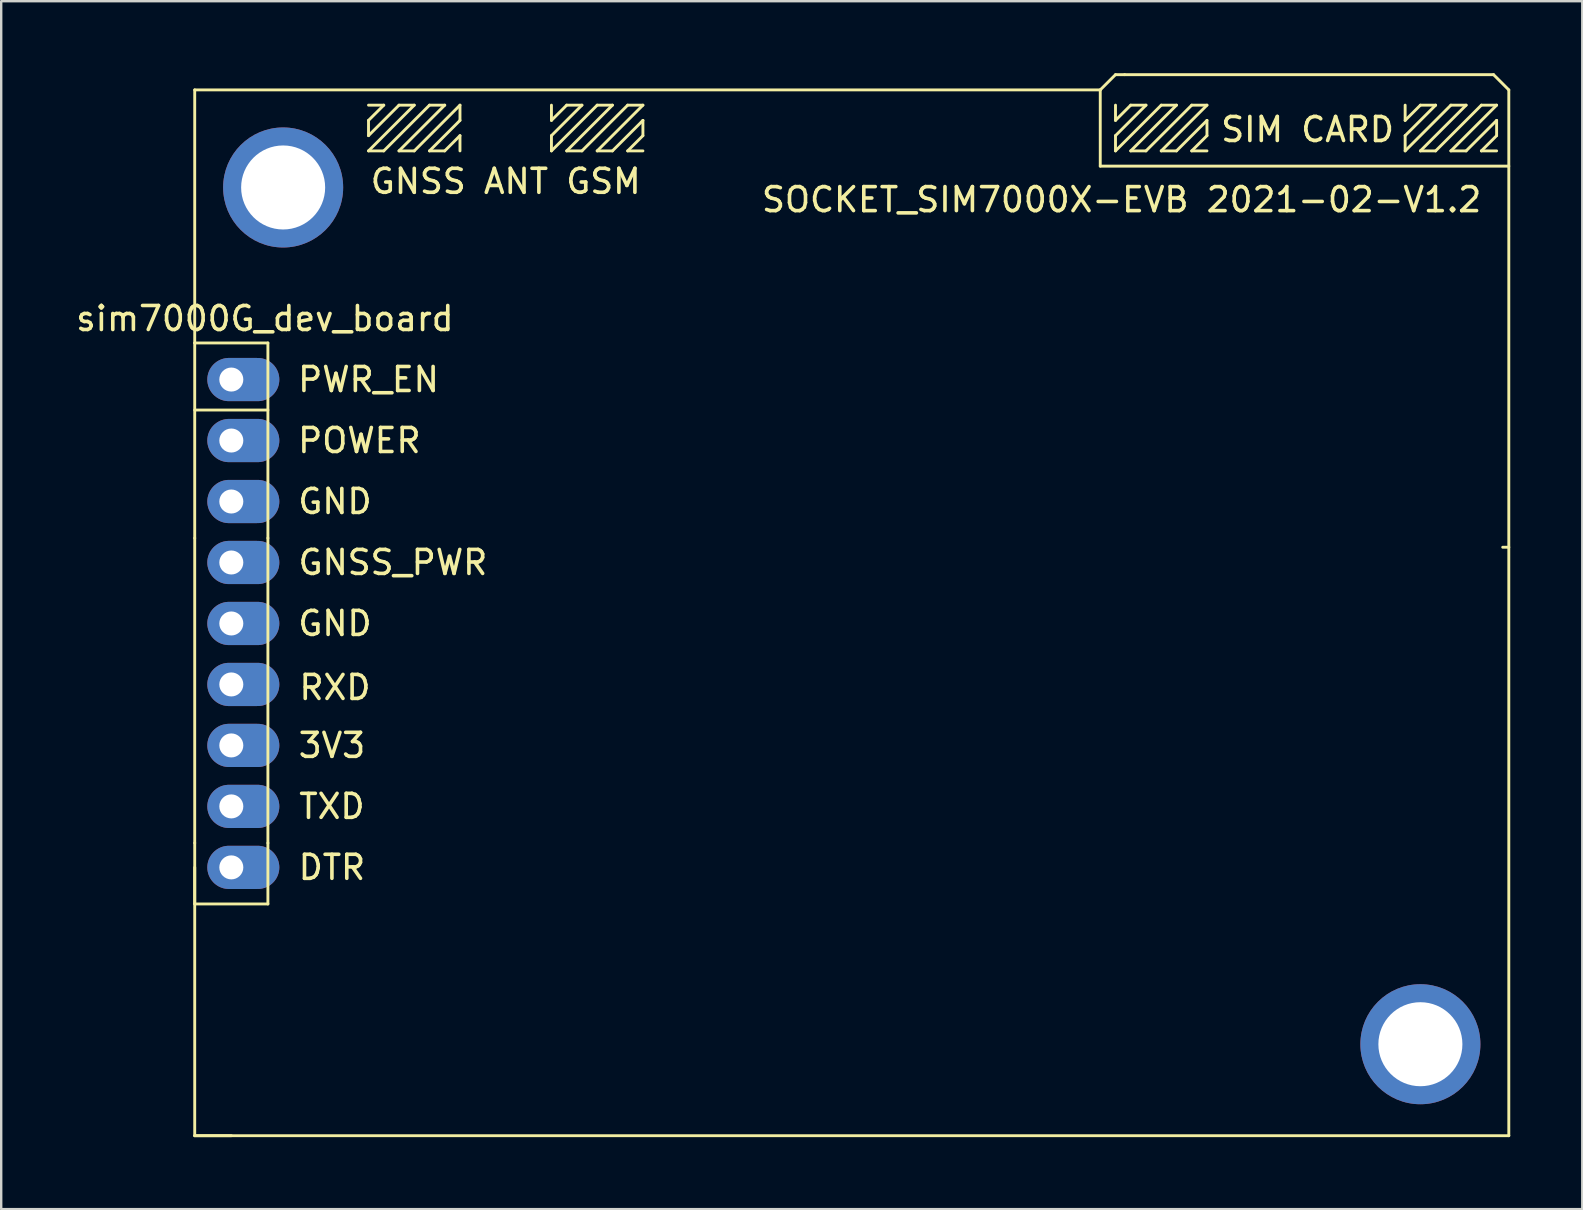
<source format=kicad_pcb>
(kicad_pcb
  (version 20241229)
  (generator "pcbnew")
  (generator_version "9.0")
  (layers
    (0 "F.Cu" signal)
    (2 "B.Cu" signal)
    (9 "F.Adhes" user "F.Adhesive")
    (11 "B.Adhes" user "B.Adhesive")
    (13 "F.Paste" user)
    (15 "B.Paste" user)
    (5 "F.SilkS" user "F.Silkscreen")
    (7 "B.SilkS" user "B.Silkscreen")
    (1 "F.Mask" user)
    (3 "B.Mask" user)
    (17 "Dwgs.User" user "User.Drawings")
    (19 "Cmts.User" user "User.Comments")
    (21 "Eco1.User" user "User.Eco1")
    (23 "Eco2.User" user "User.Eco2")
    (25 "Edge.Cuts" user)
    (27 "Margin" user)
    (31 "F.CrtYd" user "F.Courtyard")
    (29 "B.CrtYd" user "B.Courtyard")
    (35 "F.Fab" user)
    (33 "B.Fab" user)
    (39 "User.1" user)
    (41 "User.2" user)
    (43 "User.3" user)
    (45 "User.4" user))
  (footprint "sim7000G_dev_board"
    (layer "F.Cu")
    (at 6.585 12.76)
    (property "Reference" "sim7000G_dev_board" (at 1.397 -2.54 0) (layer "F.SilkS") (effects (font (size 1 1) (thickness 0.15))))
    (attr through_hole)
    (fp_line (start -1.524 -12.065) (end 36.195 -12.065) (stroke (width 0.12) (type solid)) (layer "F.SilkS"))
    (fp_line (start -1.524 -1.524) (end -1.524 -12.065) (stroke (width 0.12) (type solid)) (layer "F.SilkS"))
    (fp_line (start -1.524 -1.524) (end -1.524 6.604) (stroke (width 0.12) (type solid)) (layer "F.SilkS"))
    (fp_line (start -1.524 1.27) (end 1.524 1.27) (stroke (width 0.12) (type solid)) (layer "F.SilkS"))
    (fp_line (start -1.524 19.304) (end -1.524 6.604) (stroke (width 0.12) (type solid)) (layer "F.SilkS"))
    (fp_line (start -1.524 20.32) (end -1.524 31.496) (stroke (width 0.12) (type solid)) (layer "F.SilkS"))
    (fp_line (start -1.524 21.844) (end -1.524 19.304) (stroke (width 0.12) (type solid)) (layer "F.SilkS"))
    (fp_line (start -1.524 21.844) (end 1.524 21.844) (stroke (width 0.12) (type solid)) (layer "F.SilkS"))
    (fp_line (start -1.524 31.496) (end 0 31.496) (stroke (width 0.12) (type solid)) (layer "F.SilkS"))
    (fp_line (start -1.524 31.496) (end 53.213 31.496) (stroke (width 0.12) (type solid)) (layer "F.SilkS"))
    (fp_line (start 1.524 -1.524) (end -1.524 -1.524) (stroke (width 0.12) (type solid)) (layer "F.SilkS"))
    (fp_line (start 1.524 6.604) (end 1.524 -1.524) (stroke (width 0.12) (type solid)) (layer "F.SilkS"))
    (fp_line (start 1.524 19.304) (end 1.524 6.604) (stroke (width 0.12) (type solid)) (layer "F.SilkS"))
    (fp_line (start 1.524 21.844) (end 1.524 19.304) (stroke (width 0.12) (type solid)) (layer "F.SilkS"))
    (fp_line (start 5.715 -10.795) (end 6.35 -11.43) (stroke (width 0.12) (type solid)) (layer "F.SilkS"))
    (fp_line (start 5.715 -10.16) (end 5.715 -10.795) (stroke (width 0.12) (type solid)) (layer "F.SilkS"))
    (fp_line (start 5.715 -9.525) (end 7.62 -11.43) (stroke (width 0.12) (type solid)) (layer "F.SilkS"))
    (fp_line (start 6.35 -11.43) (end 5.715 -11.43) (stroke (width 0.12) (type solid)) (layer "F.SilkS"))
    (fp_line (start 6.35 -9.525) (end 5.715 -9.525) (stroke (width 0.12) (type solid)) (layer "F.SilkS"))
    (fp_line (start 6.985 -11.43) (end 5.715 -10.16) (stroke (width 0.12) (type solid)) (layer "F.SilkS"))
    (fp_line (start 6.985 -9.525) (end 8.89 -11.43) (stroke (width 0.12) (type solid)) (layer "F.SilkS"))
    (fp_line (start 7.62 -11.43) (end 6.985 -11.43) (stroke (width 0.12) (type solid)) (layer "F.SilkS"))
    (fp_line (start 7.62 -9.525) (end 6.985 -9.525) (stroke (width 0.12) (type solid)) (layer "F.SilkS"))
    (fp_line (start 8.255 -11.43) (end 6.35 -9.525) (stroke (width 0.12) (type solid)) (layer "F.SilkS"))
    (fp_line (start 8.255 -9.525) (end 8.89 -9.525) (stroke (width 0.12) (type solid)) (layer "F.SilkS"))
    (fp_line (start 8.89 -11.43) (end 8.255 -11.43) (stroke (width 0.12) (type solid)) (layer "F.SilkS"))
    (fp_line (start 8.89 -9.525) (end 9.525 -10.16) (stroke (width 0.12) (type solid)) (layer "F.SilkS"))
    (fp_line (start 9.525 -11.43) (end 7.62 -9.525) (stroke (width 0.12) (type solid)) (layer "F.SilkS"))
    (fp_line (start 9.525 -11.43) (end 9.525 -10.795) (stroke (width 0.12) (type solid)) (layer "F.SilkS"))
    (fp_line (start 9.525 -10.795) (end 8.255 -9.525) (stroke (width 0.12) (type solid)) (layer "F.SilkS"))
    (fp_line (start 9.525 -10.16) (end 9.525 -9.525) (stroke (width 0.12) (type solid)) (layer "F.SilkS"))
    (fp_line (start 13.335 -10.795) (end 13.335 -11.43) (stroke (width 0.12) (type solid)) (layer "F.SilkS"))
    (fp_line (start 13.335 -10.16) (end 14.605 -11.43) (stroke (width 0.12) (type solid)) (layer "F.SilkS"))
    (fp_line (start 13.335 -9.525) (end 13.335 -10.16) (stroke (width 0.12) (type solid)) (layer "F.SilkS"))
    (fp_line (start 13.335 -9.525) (end 15.24 -11.43) (stroke (width 0.12) (type solid)) (layer "F.SilkS"))
    (fp_line (start 13.97 -11.43) (end 13.335 -10.795) (stroke (width 0.12) (type solid)) (layer "F.SilkS"))
    (fp_line (start 13.97 -9.525) (end 14.605 -9.525) (stroke (width 0.12) (type solid)) (layer "F.SilkS"))
    (fp_line (start 14.605 -11.43) (end 13.97 -11.43) (stroke (width 0.12) (type solid)) (layer "F.SilkS"))
    (fp_line (start 14.605 -9.525) (end 16.51 -11.43) (stroke (width 0.12) (type solid)) (layer "F.SilkS"))
    (fp_line (start 15.24 -11.43) (end 15.875 -11.43) (stroke (width 0.12) (type solid)) (layer "F.SilkS"))
    (fp_line (start 15.24 -9.525) (end 15.875 -9.525) (stroke (width 0.12) (type solid)) (layer "F.SilkS"))
    (fp_line (start 15.875 -11.43) (end 13.97 -9.525) (stroke (width 0.12) (type solid)) (layer "F.SilkS"))
    (fp_line (start 15.875 -9.525) (end 17.145 -10.795) (stroke (width 0.12) (type solid)) (layer "F.SilkS"))
    (fp_line (start 16.51 -11.43) (end 17.145 -11.43) (stroke (width 0.12) (type solid)) (layer "F.SilkS"))
    (fp_line (start 16.51 -9.525) (end 17.145 -9.525) (stroke (width 0.12) (type solid)) (layer "F.SilkS"))
    (fp_line (start 17.145 -11.43) (end 15.24 -9.525) (stroke (width 0.12) (type solid)) (layer "F.SilkS"))
    (fp_line (start 17.145 -10.795) (end 17.145 -10.16) (stroke (width 0.12) (type solid)) (layer "F.SilkS"))
    (fp_line (start 17.145 -10.16) (end 16.51 -9.525) (stroke (width 0.12) (type solid)) (layer "F.SilkS"))
    (fp_line (start 36.195 -12.065) (end 36.83 -12.7) (stroke (width 0.12) (type solid)) (layer "F.SilkS"))
    (fp_line (start 36.195 -8.89) (end 36.195 -12.065) (stroke (width 0.12) (type solid)) (layer "F.SilkS"))
    (fp_line (start 36.195 -8.89) (end 53.213 -8.89) (stroke (width 0.12) (type solid)) (layer "F.SilkS"))
    (fp_line (start 36.83 -12.7) (end 37.211 -12.7) (stroke (width 0.12) (type solid)) (layer "F.SilkS"))
    (fp_line (start 36.83 -10.795) (end 36.83 -11.43) (stroke (width 0.12) (type solid)) (layer "F.SilkS"))
    (fp_line (start 36.83 -10.16) (end 38.1 -11.43) (stroke (width 0.12) (type solid)) (layer "F.SilkS"))
    (fp_line (start 36.83 -9.525) (end 36.83 -10.16) (stroke (width 0.12) (type solid)) (layer "F.SilkS"))
    (fp_line (start 36.83 -9.525) (end 38.735 -11.43) (stroke (width 0.12) (type solid)) (layer "F.SilkS"))
    (fp_line (start 37.465 -11.43) (end 36.83 -10.795) (stroke (width 0.12) (type solid)) (layer "F.SilkS"))
    (fp_line (start 37.465 -9.525) (end 38.1 -9.525) (stroke (width 0.12) (type solid)) (layer "F.SilkS"))
    (fp_line (start 38.1 -11.43) (end 37.465 -11.43) (stroke (width 0.12) (type solid)) (layer "F.SilkS"))
    (fp_line (start 38.1 -9.525) (end 40.005 -11.43) (stroke (width 0.12) (type solid)) (layer "F.SilkS"))
    (fp_line (start 38.735 -11.43) (end 39.37 -11.43) (stroke (width 0.12) (type solid)) (layer "F.SilkS"))
    (fp_line (start 38.735 -9.525) (end 39.37 -9.525) (stroke (width 0.12) (type solid)) (layer "F.SilkS"))
    (fp_line (start 39.37 -11.43) (end 37.465 -9.525) (stroke (width 0.12) (type solid)) (layer "F.SilkS"))
    (fp_line (start 39.37 -9.525) (end 40.64 -10.795) (stroke (width 0.12) (type solid)) (layer "F.SilkS"))
    (fp_line (start 40.005 -11.43) (end 40.64 -11.43) (stroke (width 0.12) (type solid)) (layer "F.SilkS"))
    (fp_line (start 40.005 -9.525) (end 40.64 -9.525) (stroke (width 0.12) (type solid)) (layer "F.SilkS"))
    (fp_line (start 40.64 -11.43) (end 38.735 -9.525) (stroke (width 0.12) (type solid)) (layer "F.SilkS"))
    (fp_line (start 40.64 -10.795) (end 40.64 -10.16) (stroke (width 0.12) (type solid)) (layer "F.SilkS"))
    (fp_line (start 40.64 -10.16) (end 40.005 -9.525) (stroke (width 0.12) (type solid)) (layer "F.SilkS"))
    (fp_line (start 48.895 -10.795) (end 48.895 -11.43) (stroke (width 0.12) (type solid)) (layer "F.SilkS"))
    (fp_line (start 48.895 -10.16) (end 50.165 -11.43) (stroke (width 0.12) (type solid)) (layer "F.SilkS"))
    (fp_line (start 48.895 -9.525) (end 48.895 -10.16) (stroke (width 0.12) (type solid)) (layer "F.SilkS"))
    (fp_line (start 48.895 -9.525) (end 50.8 -11.43) (stroke (width 0.12) (type solid)) (layer "F.SilkS"))
    (fp_line (start 49.53 -11.43) (end 48.895 -10.795) (stroke (width 0.12) (type solid)) (layer "F.SilkS"))
    (fp_line (start 49.53 -9.525) (end 50.165 -9.525) (stroke (width 0.12) (type solid)) (layer "F.SilkS"))
    (fp_line (start 50.165 -11.43) (end 49.53 -11.43) (stroke (width 0.12) (type solid)) (layer "F.SilkS"))
    (fp_line (start 50.165 -9.525) (end 52.07 -11.43) (stroke (width 0.12) (type solid)) (layer "F.SilkS"))
    (fp_line (start 50.8 -11.43) (end 51.435 -11.43) (stroke (width 0.12) (type solid)) (layer "F.SilkS"))
    (fp_line (start 50.8 -9.525) (end 51.435 -9.525) (stroke (width 0.12) (type solid)) (layer "F.SilkS"))
    (fp_line (start 51.435 -11.43) (end 49.53 -9.525) (stroke (width 0.12) (type solid)) (layer "F.SilkS"))
    (fp_line (start 51.435 -9.525) (end 52.705 -10.795) (stroke (width 0.12) (type solid)) (layer "F.SilkS"))
    (fp_line (start 52.07 -11.43) (end 52.705 -11.43) (stroke (width 0.12) (type solid)) (layer "F.SilkS"))
    (fp_line (start 52.07 -9.525) (end 52.705 -9.525) (stroke (width 0.12) (type solid)) (layer "F.SilkS"))
    (fp_line (start 52.578 -12.7) (end 37.211 -12.7) (stroke (width 0.12) (type solid)) (layer "F.SilkS"))
    (fp_line (start 52.705 -11.43) (end 50.8 -9.525) (stroke (width 0.12) (type solid)) (layer "F.SilkS"))
    (fp_line (start 52.705 -10.795) (end 52.705 -10.16) (stroke (width 0.12) (type solid)) (layer "F.SilkS"))
    (fp_line (start 52.705 -10.16) (end 52.07 -9.525) (stroke (width 0.12) (type solid)) (layer "F.SilkS"))
    (fp_line (start 53.213 -12.065) (end 52.578 -12.7) (stroke (width 0.12) (type solid)) (layer "F.SilkS"))
    (fp_line (start 53.213 6.985) (end 52.959 6.985) (stroke (width 0.12) (type solid)) (layer "F.SilkS"))
    (fp_line (start 53.213 31.496) (end 53.213 -12.065) (stroke (width 0.12) (type solid)) (layer "F.SilkS"))
    (fp_text user "SOCKET_SIM7000X-EVB 2021-02-V1.2" (at 37.084 -7.493 0) (layer "F.SilkS") (effects (font (size 1 1) (thickness 0.15))))
    (fp_text user "3V3" (at 4.191 15.24 0) (layer "F.SilkS") (effects (font (size 1 1) (thickness 0.15))))
    (fp_text user "DTR" (at 4.191 20.32 0) (layer "F.SilkS") (effects (font (size 1 1) (thickness 0.15))))
    (fp_text user "SIM CARD" (at 44.831 -10.414 0) (layer "F.SilkS") (effects (font (size 1 1) (thickness 0.15))))
    (fp_text user "POWER" (at 5.334 2.54 0) (layer "F.SilkS") (effects (font (size 1 1) (thickness 0.15))))
    (fp_text user "GNSS_PWR" (at 6.731 7.62 0) (layer "F.SilkS") (effects (font (size 1 1) (thickness 0.15))))
    (fp_text user "RXD" (at 4.318 12.827 0) (layer "F.SilkS") (effects (font (size 1 1) (thickness 0.15))))
    (fp_text user "TXD" (at 4.191 17.78 0) (layer "F.SilkS") (effects (font (size 1 1) (thickness 0.15))))
    (fp_text user "GND" (at 4.318 10.16 0) (layer "F.SilkS") (effects (font (size 1 1) (thickness 0.15))))
    (fp_text user "GND" (at 4.318 5.08 0) (layer "F.SilkS") (effects (font (size 1 1) (thickness 0.15))))
    (fp_text user "GNSS ANT GSM" (at 11.43 -8.255 0) (layer "F.SilkS") (effects (font (size 1 1) (thickness 0.15))))
    (fp_text user "PWR_EN" (at 5.715 0 0) (layer "F.SilkS") (effects (font (size 1 1) (thickness 0.15))))
    (pad "" thru_hole oval (at 2.159 -8.001) (size 5 5) (drill 3.5) (layers "*.Cu" "*.Mask"))
    (pad "" thru_hole oval (at 49.53 27.686) (size 5 5) (drill 3.5) (layers "*.Cu" "*.Mask"))
    (pad "1" thru_hole oval (at 0 0) (size 3 1.8) (drill 1 (offset 0.5 0)) (layers "*.Cu" "*.Mask"))
    (pad "2" thru_hole oval (at 0 2.54) (size 3 1.8) (drill 1 (offset 0.5 0)) (layers "*.Cu" "*.Mask"))
    (pad "3" thru_hole oval (at 0 5.08) (size 3 1.8) (drill 1 (offset 0.5 0)) (layers "*.Cu" "*.Mask"))
    (pad "4" thru_hole oval (at 0 7.62) (size 3 1.8) (drill 1 (offset 0.5 0)) (layers "*.Cu" "*.Mask"))
    (pad "5" thru_hole oval (at 0 10.16) (size 3 1.8) (drill 1 (offset 0.5 0)) (layers "*.Cu" "*.Mask"))
    (pad "6" thru_hole oval (at 0 12.7) (size 3 1.8) (drill 1 (offset 0.5 0)) (layers "*.Cu" "*.Mask"))
    (pad "7" thru_hole oval (at 0 15.24) (size 3 1.8) (drill 1 (offset 0.5 0)) (layers "*.Cu" "*.Mask"))
    (pad "8" thru_hole oval (at 0 17.78) (size 3 1.8) (drill 1 (offset 0.5 0)) (layers "*.Cu" "*.Mask"))
    (pad "9" thru_hole oval (at 0 20.32) (size 3 1.8) (drill 1 (offset 0.5 0)) (layers "*.Cu" "*.Mask")))
  (gr_rect
    (start -3 -3)
    (end 62.858 47.316)
    (stroke (width 0.1) (type default))
    (fill no)
    (layer "Edge.Cuts")))
</source>
